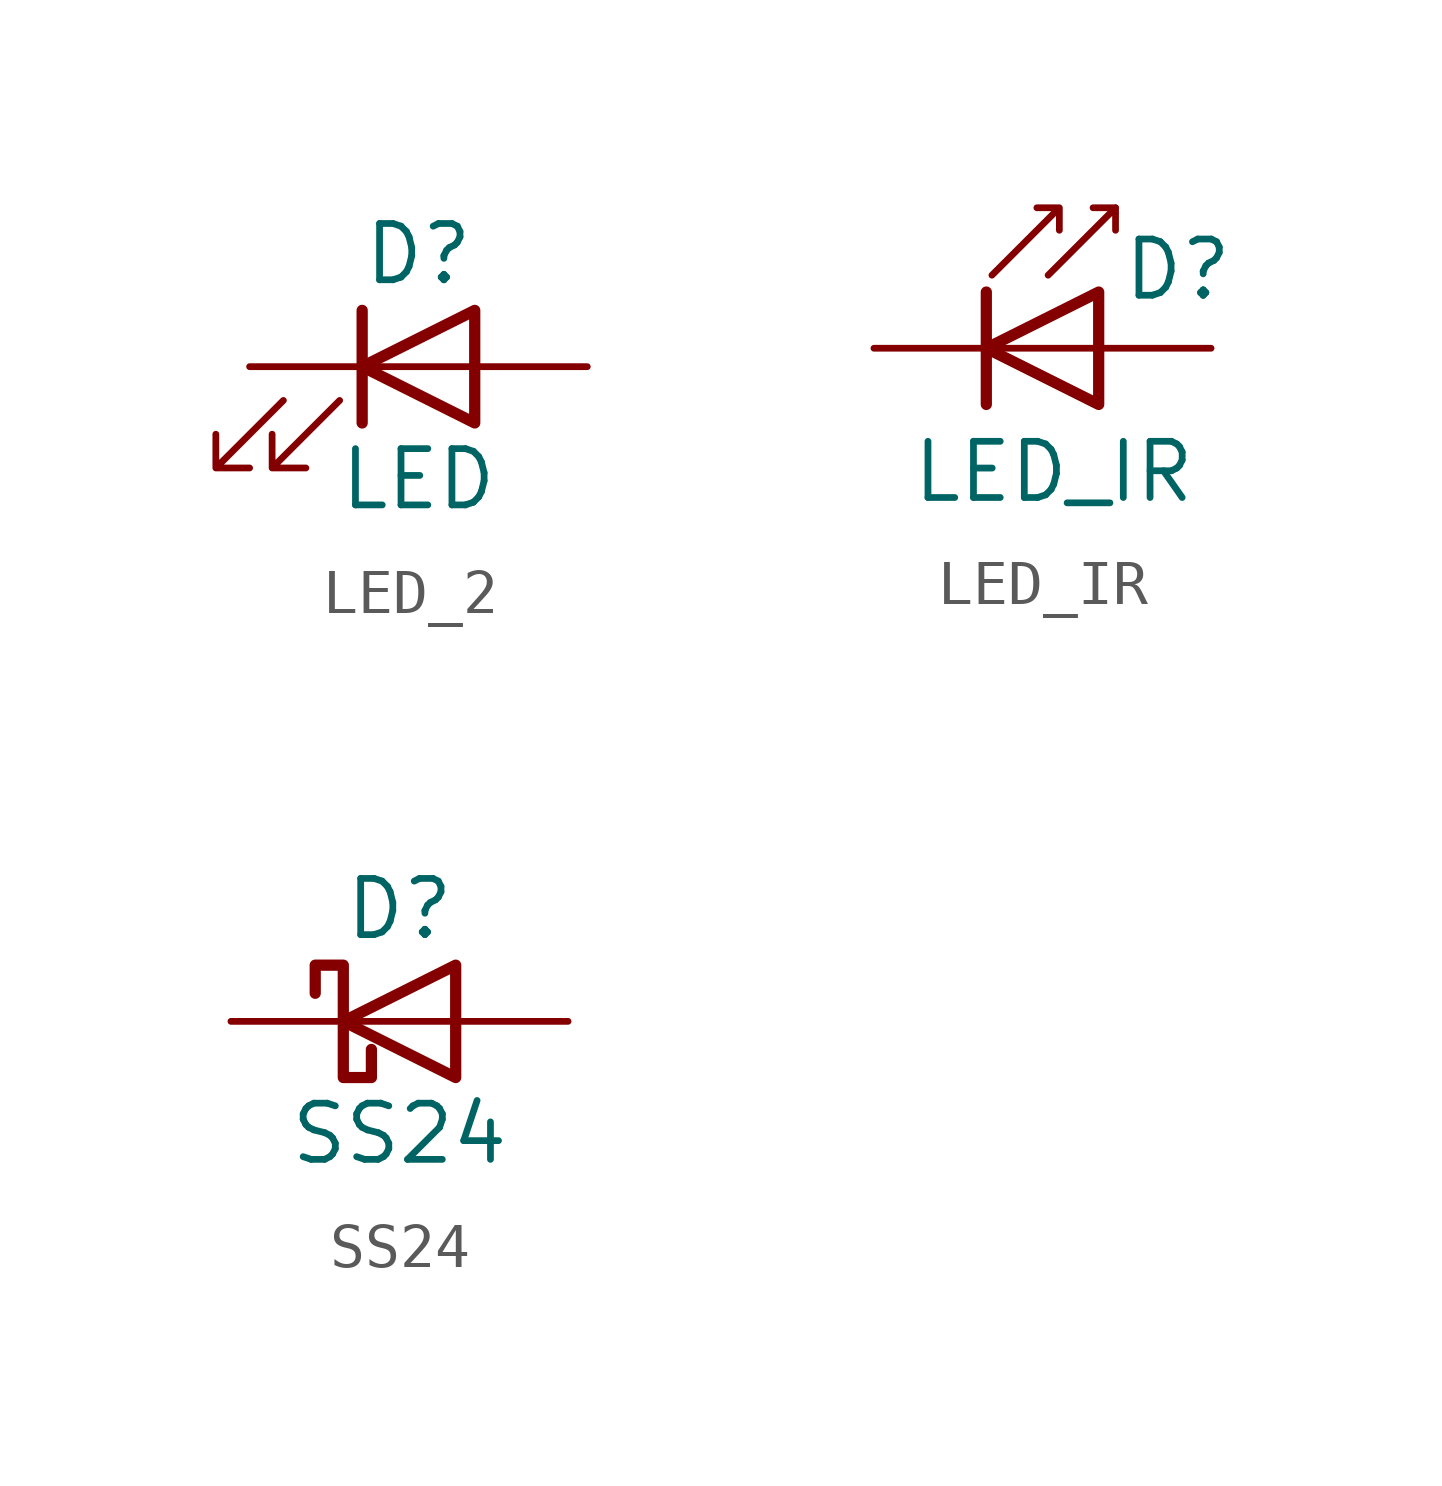
<source format=kicad_sym>
(kicad_symbol_lib
  (version 20241209)
  (generator "kicad_symbol_editor")
  (generator_version "9.0")
  (symbol "LED_2"
    (pin_numbers
      (hide yes))
    (pin_names
      (offset 1.016)
      (hide yes))
    (property "Reference" "D"
      (at 0 2.54 0)
      (effects (font (size 1.27 1.27))))
    (property "Value" "LED"
      (at 0 -2.54 0)
      (effects (font (size 1.27 1.27))))
    (symbol "LED_2_0_1"
      (polyline (pts (xy -3.048 -0.762) (xy -4.572 -2.286) (xy -3.81 -2.286) (xy -4.572 -2.286) (xy -4.572 -1.524)) (stroke (width 0) (type default)) (fill (type none)))
      (polyline (pts (xy -1.778 -0.762) (xy -3.302 -2.286) (xy -2.54 -2.286) (xy -3.302 -2.286) (xy -3.302 -1.524)) (stroke (width 0) (type default)) (fill (type none)))
      (polyline (pts (xy -1.27 0) (xy 1.27 0)) (stroke (width 0) (type default)) (fill (type none)))
      (polyline (pts (xy -1.27 -1.27) (xy -1.27 1.27)) (stroke (width 0.254) (type default)) (fill (type none)))
      (polyline (pts (xy 1.27 -1.27) (xy 1.27 1.27) (xy -1.27 0) (xy 1.27 -1.27)) (stroke (width 0.254) (type default)) (fill (type none))))
    (symbol "LED_2_1_1"
      (pin passive line (at -3.81 0 0) (length 2.54) (name "K" (effects (font (size 1.27 1.27)))) (number "1" (effects (font (size 1.27 1.27)))))
      (pin passive line (at 3.81 0 180) (length 2.54) (name "A" (effects (font (size 1.27 1.27)))) (number "2" (effects (font (size 1.27 1.27)))))))
  (symbol "LED_IR"
    (pin_numbers
      (hide yes))
    (pin_names
      (offset 1.016)
      (hide yes))
    (property "Reference" "D"
      (at 0.508 1.778 0)
      (effects (font (size 1.27 1.27)) (justify left)))
    (property "Value" "LED_IR"
      (at -1.016 -2.794 0)
      (effects (font (size 1.27 1.27))))
    (symbol "LED_IR_0_1"
      (polyline (pts (xy -2.54 1.27) (xy -2.54 -1.27)) (stroke (width 0.254) (type default)) (fill (type none)))
      (polyline (pts (xy -2.413 1.651) (xy -0.889 3.175) (xy -0.889 2.667) (xy -0.889 3.175) (xy -1.397 3.175)) (stroke (width 0) (type default)) (fill (type none)))
      (polyline (pts (xy -1.143 1.651) (xy 0.381 3.175) (xy 0.381 2.667)) (stroke (width 0) (type default)) (fill (type none)))
      (polyline (pts (xy 0 0) (xy -2.54 0)) (stroke (width 0) (type default)) (fill (type none)))
      (polyline (pts (xy 0 -1.27) (xy -2.54 0) (xy 0 1.27) (xy 0 -1.27)) (stroke (width 0.254) (type default)) (fill (type none)))
      (polyline (pts (xy 0.381 3.175) (xy -0.127 3.175)) (stroke (width 0) (type default)) (fill (type none))))
    (symbol "LED_IR_1_1"
      (pin passive line (at -5.08 0 0) (length 2.54) (name "K" (effects (font (size 1.27 1.27)))) (number "1" (effects (font (size 1.27 1.27)))))
      (pin passive line (at 2.54 0 180) (length 2.54) (name "A" (effects (font (size 1.27 1.27)))) (number "2" (effects (font (size 1.27 1.27)))))))
  (symbol "SS24"
    (pin_numbers
      (hide yes))
    (pin_names
      (offset 1.016)
      (hide yes))
    (property "Reference" "D"
      (at 0 2.54 0)
      (effects (font (size 1.27 1.27))))
    (property "Value" "SS24"
      (at 0 -2.54 0)
      (effects (font (size 1.27 1.27))))
    (symbol "SS24_0_1"
      (polyline (pts (xy -1.905 0.635) (xy -1.905 1.27) (xy -1.27 1.27) (xy -1.27 -1.27) (xy -0.635 -1.27) (xy -0.635 -0.635)) (stroke (width 0.254) (type default)) (fill (type none)))
      (polyline (pts (xy 1.27 1.27) (xy 1.27 -1.27) (xy -1.27 0) (xy 1.27 1.27)) (stroke (width 0.254) (type default)) (fill (type none)))
      (polyline (pts (xy 1.27 0) (xy -1.27 0)) (stroke (width 0) (type default)) (fill (type none))))
    (symbol "SS24_1_1"
      (pin passive line (at -3.81 0 0) (length 2.54) (name "K" (effects (font (size 1.27 1.27)))) (number "1" (effects (font (size 1.27 1.27)))))
      (pin passive line (at 3.81 0 180) (length 2.54) (name "A" (effects (font (size 1.27 1.27)))) (number "2" (effects (font (size 1.27 1.27))))))))
</source>
